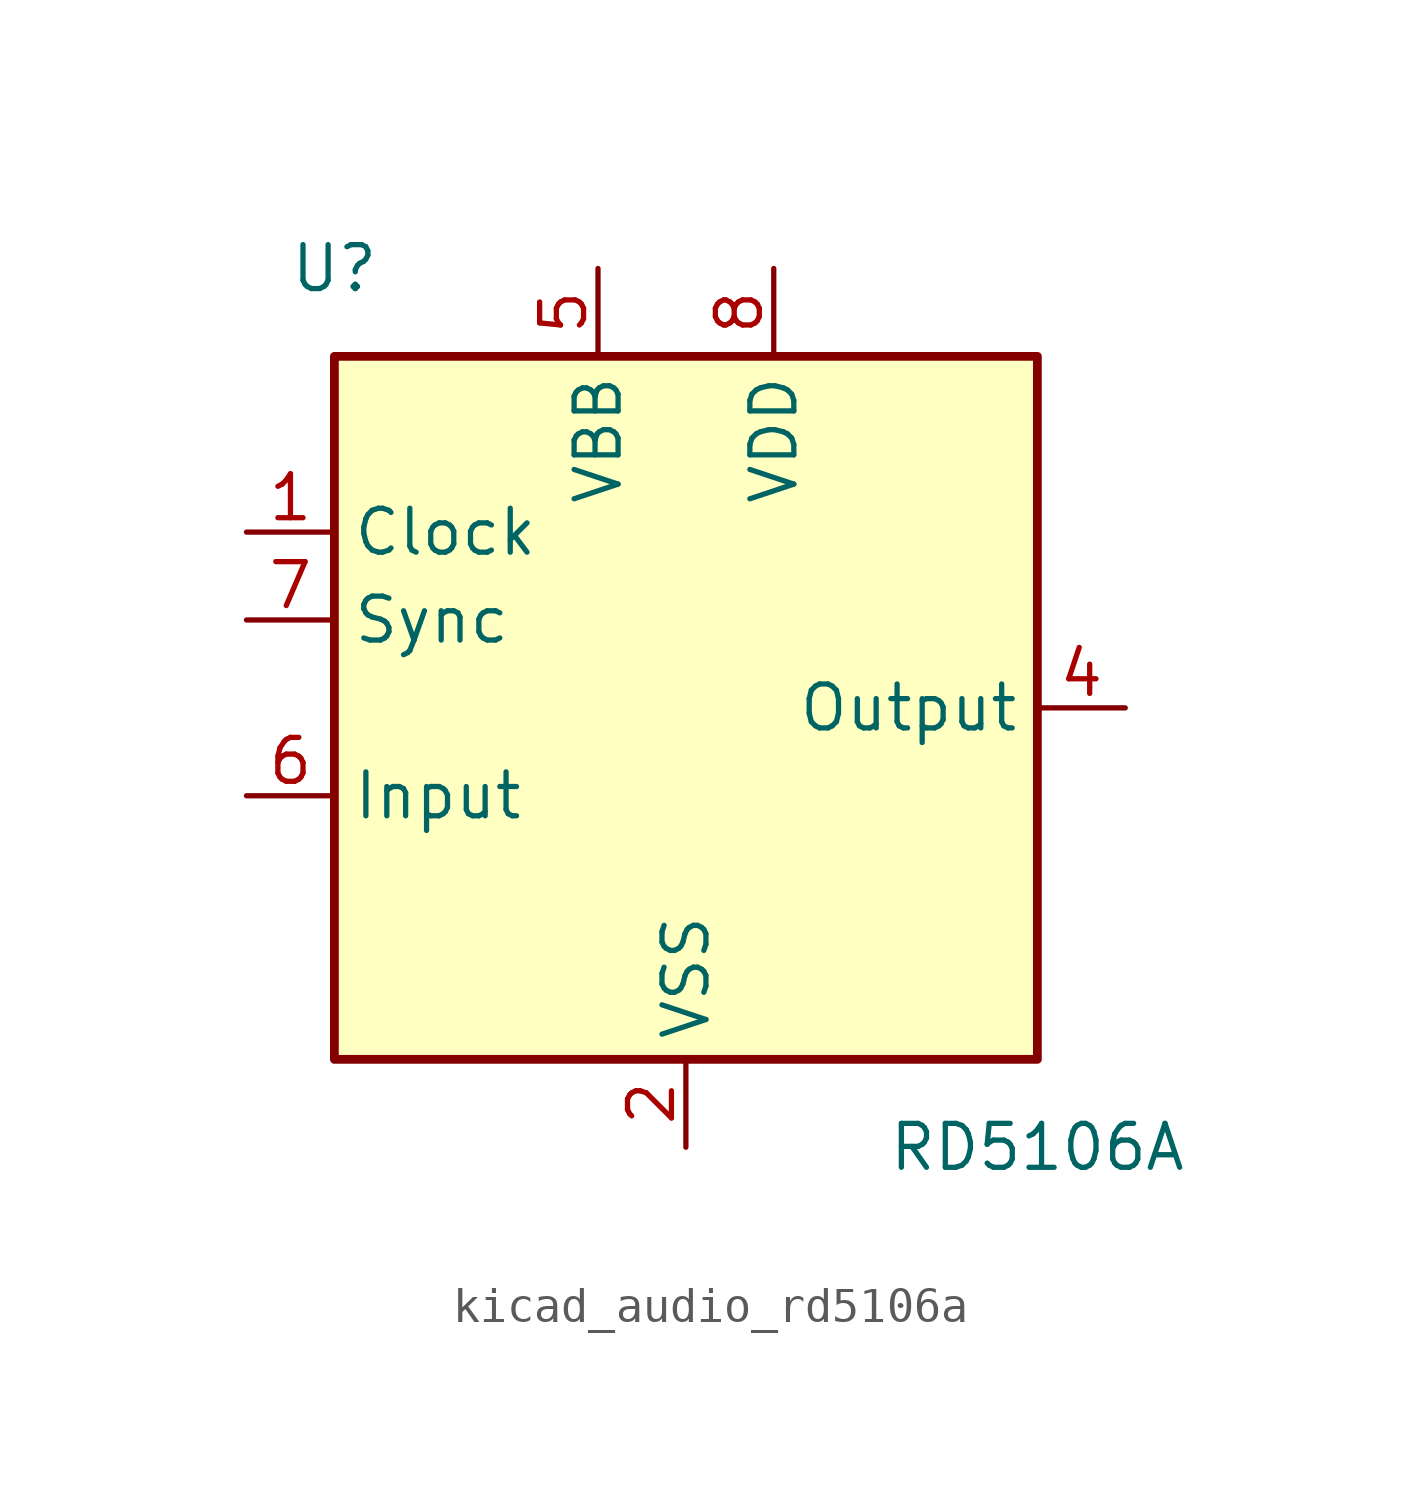
<source format=kicad_sym>
(kicad_symbol_lib
  (version 20220914)
  (generator kicad_symbol_editor)
  (symbol "kicad_audio_rd5106a"
    (property "Reference" "U"
      (at -10.16 12.7 0)
      (effects (font (size 1.27 1.27))))
    (property "Value" "RD5106A"
      (at 10.16 -12.7 0)
      (effects (font (size 1.27 1.27))))
    (symbol "kicad_audio_rd5106a_0_1"
      (rectangle (start -10.16 10.16) (end 10.16 -10.16) (stroke (width 0.254) (type default)) (fill (type background))))
    (symbol "kicad_audio_rd5106a_1_1"
      (pin input line (at -12.7 5.08 0) (length 2.54) (name "Clock" (effects (font (size 1.27 1.27)))) (number "1" (effects (font (size 1.27 1.27)))))
      (pin power_in line (at 0 -12.7 90) (length 2.54) (name "VSS" (effects (font (size 1.27 1.27)))) (number "2" (effects (font (size 1.27 1.27)))))
      (pin no_connect line (at -10.16 -7.62 0) (length 2.54) hide (name "NC" (effects (font (size 1.27 1.27)))) (number "3" (effects (font (size 1.27 1.27)))))
      (pin output line (at 12.7 0 180) (length 2.54) (name "Output" (effects (font (size 1.27 1.27)))) (number "4" (effects (font (size 1.27 1.27)))))
      (pin power_in line (at -2.54 12.7 270) (length 2.54) (name "VBB" (effects (font (size 1.27 1.27)))) (number "5" (effects (font (size 1.27 1.27)))))
      (pin input line (at -12.7 -2.54 0) (length 2.54) (name "Input" (effects (font (size 1.27 1.27)))) (number "6" (effects (font (size 1.27 1.27)))))
      (pin input line (at -12.7 2.54 0) (length 2.54) (name "Sync" (effects (font (size 1.27 1.27)))) (number "7" (effects (font (size 1.27 1.27)))))
      (pin power_in line (at 2.54 12.7 270) (length 2.54) (name "VDD" (effects (font (size 1.27 1.27)))) (number "8" (effects (font (size 1.27 1.27))))))))
</source>
